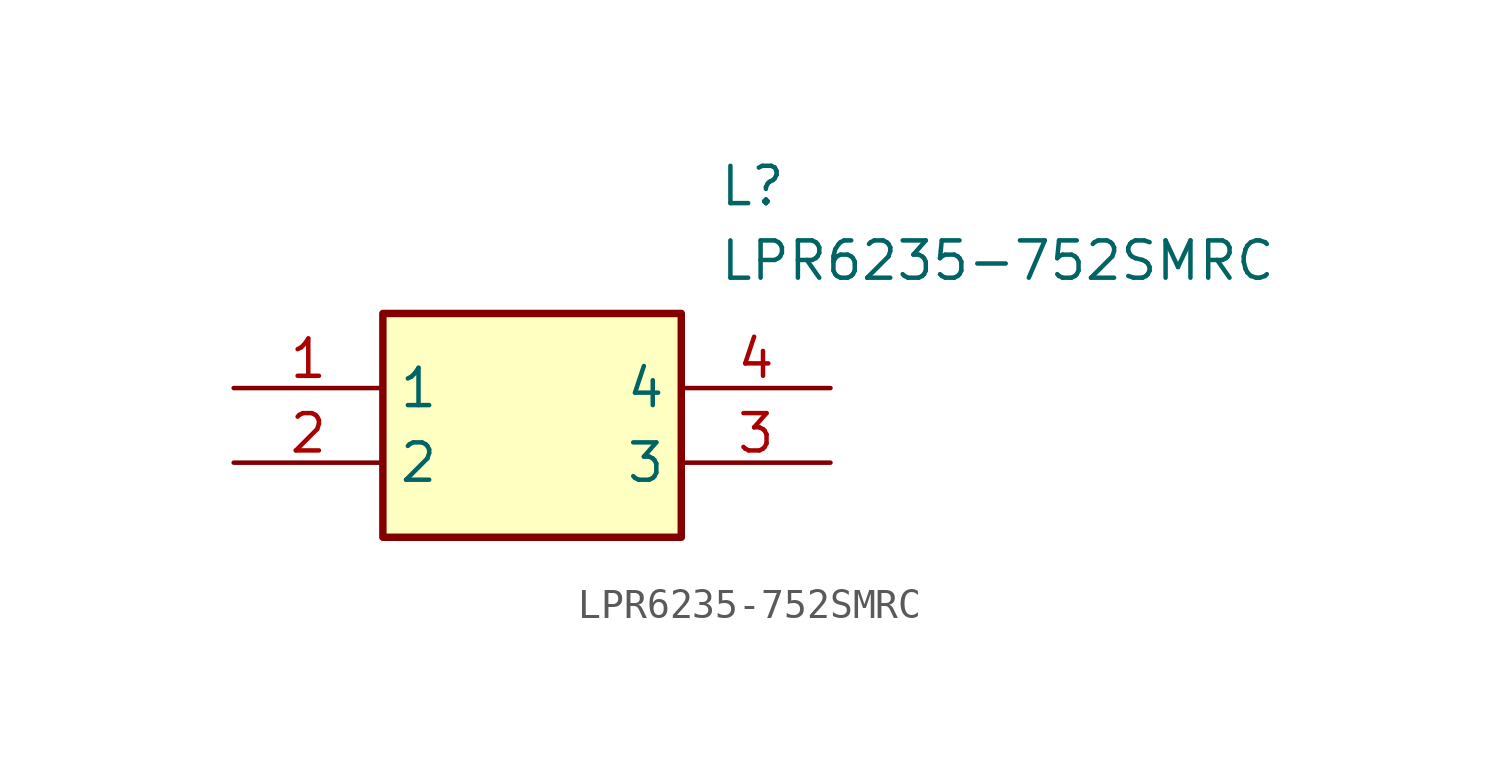
<source format=kicad_sym>
(kicad_symbol_lib
  (version 20211014)
  (generator SamacSys_ECAD_Model)
  (symbol "LPR6235-752SMRC"
    (property "Reference" "L"
      (at 16.51 7.62 0)
      (effects (font (size 1.27 1.27)) (justify left top)))
    (property "Value" "LPR6235-752SMRC"
      (at 16.51 5.08 0)
      (effects (font (size 1.27 1.27)) (justify left top)))
    (rectangle
      (start 5.08 2.54)
      (end 15.24 -5.08)
      (stroke (width 0.254) (type default))
      (fill (type background)))
    (pin passive line
      (at 0 0 0)
      (length 5.08)
      (name "1" (effects (font (size 1.27 1.27))))
      (number "1" (effects (font (size 1.27 1.27)))))
    (pin passive line
      (at 0 -2.54 0)
      (length 5.08)
      (name "2" (effects (font (size 1.27 1.27))))
      (number "2" (effects (font (size 1.27 1.27)))))
    (pin passive line
      (at 20.32 -2.54 180)
      (length 5.08)
      (name "3" (effects (font (size 1.27 1.27))))
      (number "3" (effects (font (size 1.27 1.27)))))
    (pin passive line
      (at 20.32 0 180)
      (length 5.08)
      (name "4" (effects (font (size 1.27 1.27))))
      (number "4" (effects (font (size 1.27 1.27)))))))
</source>
